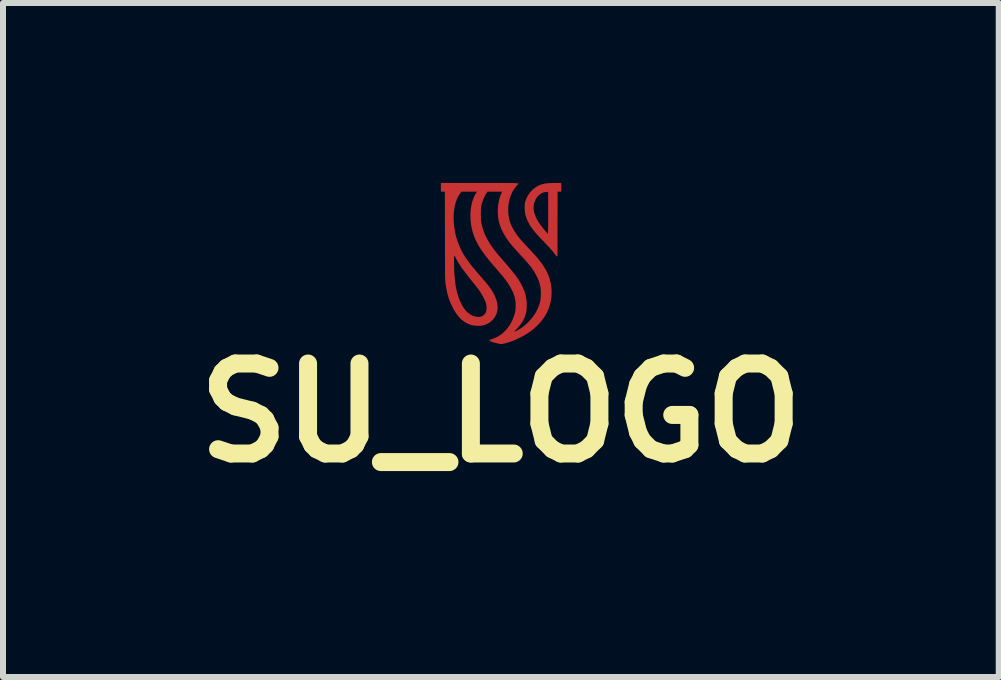
<source format=kicad_pcb>
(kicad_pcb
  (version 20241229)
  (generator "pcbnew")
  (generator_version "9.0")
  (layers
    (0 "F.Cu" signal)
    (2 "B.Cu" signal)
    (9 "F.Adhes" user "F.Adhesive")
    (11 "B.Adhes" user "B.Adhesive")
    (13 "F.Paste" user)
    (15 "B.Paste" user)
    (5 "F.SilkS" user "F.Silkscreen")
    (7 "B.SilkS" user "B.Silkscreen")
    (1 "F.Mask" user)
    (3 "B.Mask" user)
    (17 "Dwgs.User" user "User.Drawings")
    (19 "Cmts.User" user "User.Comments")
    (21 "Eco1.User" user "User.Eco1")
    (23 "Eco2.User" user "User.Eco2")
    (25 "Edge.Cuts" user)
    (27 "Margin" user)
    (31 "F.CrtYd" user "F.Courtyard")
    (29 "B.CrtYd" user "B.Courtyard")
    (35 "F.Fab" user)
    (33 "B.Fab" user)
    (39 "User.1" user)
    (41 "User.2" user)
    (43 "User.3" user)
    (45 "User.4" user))
  (footprint "SU_LOGO"
    (layer "F.Cu")
    (at 5.3 1.332)
    (property "Reference" "SU_LOGO" (at 0 2.5 0) (layer "F.SilkS") (effects (font (size 1.5 1.5) (thickness 0.3))))
    (attr board_only exclude_from_pos_files exclude_from_bom)
    (fp_poly (pts (xy 1.008 -1.259) (xy 1.008 -1.187) (xy 0.977 -1.187) (xy 0.946 -1.187) (xy 0.945 -0.648) (xy 0.944 -0.11) (xy 0.935 -0.109) (xy 0.93 -0.11) (xy 0.923 -0.115) (xy 0.915 -0.125) (xy 0.904 -0.14) (xy 0.886 -0.164) (xy 0.866 -0.189) (xy 0.843 -0.216) (xy 0.817 -0.246) (xy 0.787 -0.279) (xy 0.751 -0.316) (xy 0.725 -0.344) (xy 0.678 -0.392) (xy 0.637 -0.436) (xy 0.6 -0.476) (xy 0.569 -0.512) (xy 0.542 -0.546) (xy 0.518 -0.577) (xy 0.497 -0.607) (xy 0.479 -0.636) (xy 0.463 -0.665) (xy 0.448 -0.694) (xy 0.447 -0.696) (xy 0.427 -0.744) (xy 0.412 -0.79) (xy 0.402 -0.836) (xy 0.398 -0.885) (xy 0.397 -0.925) (xy 0.397 -0.931) (xy 0.545 -0.931) (xy 0.547 -0.884) (xy 0.557 -0.834) (xy 0.574 -0.783) (xy 0.598 -0.731) (xy 0.629 -0.678) (xy 0.662 -0.631) (xy 0.674 -0.615) (xy 0.688 -0.597) (xy 0.704 -0.577) (xy 0.721 -0.557) (xy 0.737 -0.537) (xy 0.752 -0.518) (xy 0.766 -0.503) (xy 0.776 -0.491) (xy 0.783 -0.483) (xy 0.785 -0.481) (xy 0.786 -0.486) (xy 0.786 -0.497) (xy 0.787 -0.516) (xy 0.787 -0.541) (xy 0.787 -0.573) (xy 0.788 -0.609) (xy 0.788 -0.65) (xy 0.788 -0.695) (xy 0.788 -0.744) (xy 0.788 -0.796) (xy 0.788 -0.832) (xy 0.788 -1.183) (xy 0.771 -1.183) (xy 0.731 -1.179) (xy 0.695 -1.168) (xy 0.662 -1.15) (xy 0.63 -1.124) (xy 0.623 -1.117) (xy 0.594 -1.082) (xy 0.571 -1.041) (xy 0.554 -0.996) (xy 0.55 -0.975) (xy 0.545 -0.931) (xy 0.397 -0.931) (xy 0.397 -0.951) (xy 0.398 -0.971) (xy 0.399 -0.987) (xy 0.401 -1) (xy 0.405 -1.014) (xy 0.408 -1.026) (xy 0.428 -1.078) (xy 0.454 -1.127) (xy 0.485 -1.172) (xy 0.522 -1.213) (xy 0.563 -1.248) (xy 0.606 -1.277) (xy 0.642 -1.295) (xy 0.669 -1.305) (xy 0.697 -1.313) (xy 0.727 -1.32) (xy 0.76 -1.325) (xy 0.797 -1.328) (xy 0.84 -1.331) (xy 0.889 -1.332) (xy 0.92 -1.332) (xy 1.008 -1.332)) (stroke (width 0) (type solid)) (fill yes) (layer "F.Cu"))
    (fp_poly (pts (xy 0.005 -1.332) (xy 0.056 -1.332) (xy 0.101 -1.332) (xy 0.141 -1.332) (xy 0.175 -1.331) (xy 0.203 -1.331) (xy 0.227 -1.33) (xy 0.247 -1.329) (xy 0.263 -1.327) (xy 0.275 -1.326) (xy 0.283 -1.324) (xy 0.289 -1.322) (xy 0.292 -1.32) (xy 0.293 -1.317) (xy 0.292 -1.314) (xy 0.289 -1.31) (xy 0.285 -1.306) (xy 0.28 -1.302) (xy 0.275 -1.297) (xy 0.27 -1.292) (xy 0.269 -1.291) (xy 0.229 -1.242) (xy 0.195 -1.189) (xy 0.168 -1.131) (xy 0.147 -1.069) (xy 0.132 -1.002) (xy 0.124 -0.937) (xy 0.122 -0.866) (xy 0.127 -0.797) (xy 0.139 -0.728) (xy 0.16 -0.661) (xy 0.189 -0.594) (xy 0.226 -0.528) (xy 0.271 -0.462) (xy 0.272 -0.461) (xy 0.285 -0.443) (xy 0.298 -0.426) (xy 0.312 -0.409) (xy 0.328 -0.391) (xy 0.346 -0.37) (xy 0.366 -0.347) (xy 0.39 -0.321) (xy 0.418 -0.291) (xy 0.451 -0.255) (xy 0.465 -0.241) (xy 0.504 -0.199) (xy 0.537 -0.162) (xy 0.567 -0.13) (xy 0.592 -0.102) (xy 0.614 -0.076) (xy 0.633 -0.053) (xy 0.651 -0.031) (xy 0.667 -0.01) (xy 0.683 0.011) (xy 0.698 0.034) (xy 0.708 0.049) (xy 0.752 0.12) (xy 0.787 0.192) (xy 0.813 0.266) (xy 0.832 0.341) (xy 0.843 0.418) (xy 0.846 0.489) (xy 0.843 0.569) (xy 0.831 0.647) (xy 0.811 0.722) (xy 0.784 0.795) (xy 0.749 0.865) (xy 0.706 0.931) (xy 0.656 0.994) (xy 0.599 1.054) (xy 0.534 1.111) (xy 0.488 1.146) (xy 0.425 1.188) (xy 0.358 1.227) (xy 0.288 1.262) (xy 0.217 1.294) (xy 0.146 1.32) (xy 0.078 1.34) (xy 0.077 1.34) (xy 0.051 1.347) (xy 0.032 1.351) (xy 0.016 1.353) (xy 0.003 1.354) (xy -0.011 1.352) (xy -0.028 1.349) (xy -0.041 1.346) (xy -0.069 1.34) (xy -0.097 1.332) (xy -0.124 1.325) (xy -0.148 1.317) (xy -0.167 1.311) (xy -0.173 1.309) (xy -0.183 1.303) (xy -0.186 1.297) (xy -0.186 1.292) (xy -0.185 1.287) (xy -0.182 1.282) (xy -0.175 1.279) (xy -0.163 1.275) (xy -0.145 1.269) (xy -0.144 1.269) (xy -0.089 1.249) (xy -0.037 1.222) (xy 0.012 1.188) (xy 0.058 1.147) (xy 0.101 1.101) (xy 0.139 1.05) (xy 0.173 0.994) (xy 0.201 0.934) (xy 0.224 0.871) (xy 0.239 0.813) (xy 0.243 0.787) (xy 0.246 0.755) (xy 0.247 0.72) (xy 0.246 0.684) (xy 0.244 0.65) (xy 0.241 0.62) (xy 0.239 0.613) (xy 0.225 0.555) (xy 0.204 0.496) (xy 0.176 0.437) (xy 0.141 0.376) (xy 0.099 0.312) (xy 0.049 0.247) (xy 0.047 0.244) (xy 0.033 0.227) (xy 0.014 0.204) (xy -0.008 0.178) (xy -0.032 0.15) (xy -0.057 0.121) (xy -0.081 0.092) (xy -0.089 0.083) (xy -0.144 0.02) (xy -0.193 -0.039) (xy -0.236 -0.093) (xy -0.275 -0.143) (xy -0.309 -0.191) (xy -0.34 -0.236) (xy -0.367 -0.279) (xy -0.391 -0.322) (xy -0.412 -0.364) (xy -0.431 -0.406) (xy -0.446 -0.444) (xy -0.47 -0.515) (xy -0.488 -0.588) (xy -0.5 -0.662) (xy -0.507 -0.737) (xy -0.508 -0.811) (xy -0.334 -0.811) (xy -0.334 -0.778) (xy -0.333 -0.751) (xy -0.333 -0.729) (xy -0.332 -0.711) (xy -0.33 -0.694) (xy -0.327 -0.678) (xy -0.325 -0.664) (xy -0.308 -0.592) (xy -0.285 -0.521) (xy -0.256 -0.451) (xy -0.219 -0.38) (xy -0.176 -0.309) (xy -0.125 -0.237) (xy -0.123 -0.233) (xy -0.101 -0.205) (xy -0.076 -0.173) (xy -0.046 -0.137) (xy -0.012 -0.097) (xy 0.028 -0.05) (xy 0.064 -0.009) (xy 0.11 0.044) (xy 0.15 0.091) (xy 0.185 0.134) (xy 0.217 0.173) (xy 0.244 0.208) (xy 0.268 0.242) (xy 0.29 0.273) (xy 0.309 0.304) (xy 0.327 0.334) (xy 0.343 0.365) (xy 0.355 0.388) (xy 0.374 0.43) (xy 0.39 0.468) (xy 0.403 0.506) (xy 0.414 0.548) (xy 0.417 0.563) (xy 0.423 0.595) (xy 0.428 0.633) (xy 0.431 0.674) (xy 0.432 0.714) (xy 0.431 0.753) (xy 0.428 0.787) (xy 0.426 0.803) (xy 0.411 0.866) (xy 0.389 0.925) (xy 0.359 0.982) (xy 0.322 1.036) (xy 0.277 1.089) (xy 0.265 1.101) (xy 0.249 1.117) (xy 0.236 1.131) (xy 0.227 1.141) (xy 0.222 1.148) (xy 0.222 1.149) (xy 0.228 1.148) (xy 0.239 1.143) (xy 0.255 1.135) (xy 0.273 1.127) (xy 0.331 1.093) (xy 0.388 1.051) (xy 0.441 1.004) (xy 0.491 0.952) (xy 0.537 0.896) (xy 0.576 0.838) (xy 0.603 0.788) (xy 0.621 0.747) (xy 0.638 0.703) (xy 0.651 0.659) (xy 0.658 0.631) (xy 0.662 0.608) (xy 0.664 0.579) (xy 0.666 0.546) (xy 0.667 0.511) (xy 0.666 0.476) (xy 0.664 0.443) (xy 0.662 0.415) (xy 0.658 0.394) (xy 0.641 0.328) (xy 0.616 0.262) (xy 0.585 0.198) (xy 0.547 0.133) (xy 0.501 0.068) (xy 0.484 0.047) (xy 0.466 0.025) (xy 0.444 -0.001) (xy 0.419 -0.029) (xy 0.391 -0.061) (xy 0.357 -0.098) (xy 0.319 -0.139) (xy 0.281 -0.181) (xy 0.248 -0.218) (xy 0.219 -0.25) (xy 0.194 -0.278) (xy 0.173 -0.304) (xy 0.154 -0.327) (xy 0.139 -0.346) (xy 0.088 -0.418) (xy 0.045 -0.49) (xy 0.01 -0.561) (xy -0.017 -0.631) (xy -0.036 -0.7) (xy -0.037 -0.704) (xy -0.047 -0.771) (xy -0.052 -0.841) (xy -0.05 -0.911) (xy -0.043 -0.98) (xy -0.03 -1.047) (xy -0.012 -1.111) (xy 0.008 -1.159) (xy 0.02 -1.187) (xy -0.102 -1.187) (xy -0.224 -1.187) (xy -0.243 -1.157) (xy -0.272 -1.106) (xy -0.297 -1.048) (xy -0.317 -0.984) (xy -0.325 -0.952) (xy -0.328 -0.938) (xy -0.33 -0.924) (xy -0.332 -0.91) (xy -0.333 -0.894) (xy -0.333 -0.874) (xy -0.334 -0.849) (xy -0.334 -0.817) (xy -0.334 -0.811) (xy -0.508 -0.811) (xy -0.508 -0.812) (xy -0.503 -0.884) (xy -0.493 -0.954) (xy -0.478 -1.019) (xy -0.46 -1.069) (xy -0.446 -1.103) (xy -0.431 -1.134) (xy -0.416 -1.16) (xy -0.41 -1.169) (xy -0.398 -1.187) (xy -0.528 -1.187) (xy -0.658 -1.187) (xy -0.679 -1.158) (xy -0.709 -1.112) (xy -0.734 -1.059) (xy -0.755 -1) (xy -0.77 -0.937) (xy -0.781 -0.869) (xy -0.787 -0.798) (xy -0.787 -0.723) (xy -0.787 -0.718) (xy -0.781 -0.624) (xy -0.768 -0.535) (xy -0.75 -0.449) (xy -0.725 -0.366) (xy -0.693 -0.284) (xy -0.674 -0.242) (xy -0.655 -0.203) (xy -0.635 -0.165) (xy -0.613 -0.128) (xy -0.589 -0.09) (xy -0.563 -0.052) (xy -0.534 -0.012) (xy -0.502 0.031) (xy -0.465 0.076) (xy -0.424 0.126) (xy -0.377 0.18) (xy -0.352 0.208) (xy -0.316 0.25) (xy -0.285 0.286) (xy -0.258 0.317) (xy -0.235 0.345) (xy -0.215 0.37) (xy -0.198 0.392) (xy -0.183 0.413) (xy -0.168 0.433) (xy -0.161 0.444) (xy -0.125 0.502) (xy -0.097 0.56) (xy -0.075 0.616) (xy -0.061 0.67) (xy -0.055 0.723) (xy -0.055 0.773) (xy -0.064 0.82) (xy -0.079 0.865) (xy -0.102 0.907) (xy -0.133 0.946) (xy -0.141 0.954) (xy -0.177 0.987) (xy -0.215 1.012) (xy -0.255 1.03) (xy -0.3 1.043) (xy -0.304 1.044) (xy -0.331 1.048) (xy -0.363 1.05) (xy -0.397 1.049) (xy -0.432 1.047) (xy -0.465 1.043) (xy -0.492 1.037) (xy -0.495 1.036) (xy -0.546 1.017) (xy -0.593 0.993) (xy -0.637 0.962) (xy -0.679 0.924) (xy -0.718 0.88) (xy -0.755 0.828) (xy -0.791 0.769) (xy -0.818 0.716) (xy -0.846 0.654) (xy -0.869 0.59) (xy -0.889 0.523) (xy -0.905 0.451) (xy -0.918 0.374) (xy -0.924 0.334) (xy -0.925 0.327) (xy -0.926 0.318) (xy -0.926 0.309) (xy -0.927 0.297) (xy -0.928 0.284) (xy -0.928 0.268) (xy -0.929 0.249) (xy -0.929 0.227) (xy -0.93 0.202) (xy -0.93 0.172) (xy -0.93 0.139) (xy -0.931 0.1) (xy -0.931 0.056) (xy -0.931 0.007) (xy -0.931 -0.018) (xy -0.78 -0.018) (xy -0.779 0.077) (xy -0.776 0.165) (xy -0.77 0.246) (xy -0.762 0.321) (xy -0.752 0.391) (xy -0.739 0.457) (xy -0.723 0.518) (xy -0.704 0.577) (xy -0.685 0.628) (xy -0.657 0.688) (xy -0.627 0.74) (xy -0.594 0.786) (xy -0.558 0.824) (xy -0.52 0.854) (xy -0.48 0.877) (xy -0.438 0.892) (xy -0.394 0.9) (xy -0.378 0.9) (xy -0.358 0.9) (xy -0.344 0.899) (xy -0.332 0.896) (xy -0.32 0.892) (xy -0.313 0.889) (xy -0.286 0.871) (xy -0.264 0.848) (xy -0.249 0.819) (xy -0.248 0.818) (xy -0.242 0.794) (xy -0.239 0.766) (xy -0.239 0.734) (xy -0.242 0.703) (xy -0.248 0.674) (xy -0.259 0.642) (xy -0.275 0.606) (xy -0.296 0.566) (xy -0.32 0.524) (xy -0.346 0.482) (xy -0.375 0.44) (xy -0.389 0.421) (xy -0.397 0.412) (xy -0.409 0.397) (xy -0.424 0.377) (xy -0.442 0.355) (xy -0.462 0.33) (xy -0.483 0.303) (xy -0.49 0.295) (xy -0.533 0.24) (xy -0.571 0.191) (xy -0.605 0.147) (xy -0.634 0.108) (xy -0.66 0.072) (xy -0.682 0.039) (xy -0.702 0.008) (xy -0.719 -0.021) (xy -0.734 -0.048) (xy -0.745 -0.07) (xy -0.755 -0.089) (xy -0.763 -0.104) (xy -0.77 -0.115) (xy -0.774 -0.12) (xy -0.775 -0.12) (xy -0.777 -0.118) (xy -0.778 -0.112) (xy -0.779 -0.102) (xy -0.78 -0.085) (xy -0.78 -0.062) (xy -0.78 -0.032) (xy -0.78 -0.018) (xy -0.931 -0.018) (xy -0.931 -0.048) (xy -0.932 -0.109) (xy -0.932 -0.177) (xy -0.932 -0.252) (xy -0.932 -0.335) (xy -0.932 -0.425) (xy -0.932 -0.453) (xy -0.934 -1.187) (xy -0.967 -1.187) (xy -1 -1.187) (xy -1 -1.259) (xy -1 -1.332) (xy -0.357 -1.332) (xy -0.27 -1.332) (xy -0.19 -1.332) (xy -0.118 -1.332) (xy -0.053 -1.332)) (stroke (width 0) (type solid)) (fill yes) (layer "F.Cu"))
    (fp_poly (pts (xy 1.008 -1.259) (xy 1.008 -1.187) (xy 0.977 -1.187) (xy 0.946 -1.187) (xy 0.945 -0.648) (xy 0.944 -0.11) (xy 0.935 -0.109) (xy 0.93 -0.11) (xy 0.923 -0.115) (xy 0.915 -0.125) (xy 0.904 -0.14) (xy 0.886 -0.164) (xy 0.866 -0.189) (xy 0.843 -0.216) (xy 0.817 -0.246) (xy 0.787 -0.279) (xy 0.751 -0.316) (xy 0.725 -0.344) (xy 0.678 -0.392) (xy 0.637 -0.436) (xy 0.6 -0.476) (xy 0.569 -0.512) (xy 0.542 -0.546) (xy 0.518 -0.577) (xy 0.497 -0.607) (xy 0.479 -0.636) (xy 0.463 -0.665) (xy 0.448 -0.694) (xy 0.447 -0.696) (xy 0.427 -0.744) (xy 0.412 -0.79) (xy 0.402 -0.836) (xy 0.398 -0.885) (xy 0.397 -0.925) (xy 0.397 -0.931) (xy 0.545 -0.931) (xy 0.547 -0.884) (xy 0.557 -0.834) (xy 0.574 -0.783) (xy 0.598 -0.731) (xy 0.629 -0.678) (xy 0.662 -0.631) (xy 0.674 -0.615) (xy 0.688 -0.597) (xy 0.704 -0.577) (xy 0.721 -0.557) (xy 0.737 -0.537) (xy 0.752 -0.518) (xy 0.766 -0.503) (xy 0.776 -0.491) (xy 0.783 -0.483) (xy 0.785 -0.481) (xy 0.786 -0.486) (xy 0.786 -0.497) (xy 0.787 -0.516) (xy 0.787 -0.541) (xy 0.787 -0.573) (xy 0.788 -0.609) (xy 0.788 -0.65) (xy 0.788 -0.695) (xy 0.788 -0.744) (xy 0.788 -0.796) (xy 0.788 -0.832) (xy 0.788 -1.183) (xy 0.771 -1.183) (xy 0.731 -1.179) (xy 0.695 -1.168) (xy 0.662 -1.15) (xy 0.63 -1.124) (xy 0.623 -1.117) (xy 0.594 -1.082) (xy 0.571 -1.041) (xy 0.554 -0.996) (xy 0.55 -0.975) (xy 0.545 -0.931) (xy 0.397 -0.931) (xy 0.397 -0.951) (xy 0.398 -0.971) (xy 0.399 -0.987) (xy 0.401 -1) (xy 0.405 -1.014) (xy 0.408 -1.026) (xy 0.428 -1.078) (xy 0.454 -1.127) (xy 0.485 -1.172) (xy 0.522 -1.213) (xy 0.563 -1.248) (xy 0.606 -1.277) (xy 0.642 -1.295) (xy 0.669 -1.305) (xy 0.697 -1.313) (xy 0.727 -1.32) (xy 0.76 -1.325) (xy 0.797 -1.328) (xy 0.84 -1.331) (xy 0.889 -1.332) (xy 0.92 -1.332) (xy 1.008 -1.332)) (stroke (width 0) (type solid)) (fill yes) (layer "F.Mask"))
    (fp_poly (pts (xy 0.005 -1.332) (xy 0.056 -1.332) (xy 0.101 -1.332) (xy 0.141 -1.332) (xy 0.175 -1.331) (xy 0.203 -1.331) (xy 0.227 -1.33) (xy 0.247 -1.329) (xy 0.263 -1.327) (xy 0.275 -1.326) (xy 0.283 -1.324) (xy 0.289 -1.322) (xy 0.292 -1.32) (xy 0.293 -1.317) (xy 0.292 -1.314) (xy 0.289 -1.31) (xy 0.285 -1.306) (xy 0.28 -1.302) (xy 0.275 -1.297) (xy 0.27 -1.292) (xy 0.269 -1.291) (xy 0.229 -1.242) (xy 0.195 -1.189) (xy 0.168 -1.131) (xy 0.147 -1.069) (xy 0.132 -1.002) (xy 0.124 -0.937) (xy 0.122 -0.866) (xy 0.127 -0.797) (xy 0.139 -0.728) (xy 0.16 -0.661) (xy 0.189 -0.594) (xy 0.226 -0.528) (xy 0.271 -0.462) (xy 0.272 -0.461) (xy 0.285 -0.443) (xy 0.298 -0.426) (xy 0.312 -0.409) (xy 0.328 -0.391) (xy 0.346 -0.37) (xy 0.366 -0.347) (xy 0.39 -0.321) (xy 0.418 -0.291) (xy 0.451 -0.255) (xy 0.465 -0.241) (xy 0.504 -0.199) (xy 0.537 -0.162) (xy 0.567 -0.13) (xy 0.592 -0.102) (xy 0.614 -0.076) (xy 0.633 -0.053) (xy 0.651 -0.031) (xy 0.667 -0.01) (xy 0.683 0.011) (xy 0.698 0.034) (xy 0.708 0.049) (xy 0.752 0.12) (xy 0.787 0.192) (xy 0.813 0.266) (xy 0.832 0.341) (xy 0.843 0.418) (xy 0.846 0.489) (xy 0.843 0.569) (xy 0.831 0.647) (xy 0.811 0.722) (xy 0.784 0.795) (xy 0.749 0.865) (xy 0.706 0.931) (xy 0.656 0.994) (xy 0.599 1.054) (xy 0.534 1.111) (xy 0.488 1.146) (xy 0.425 1.188) (xy 0.358 1.227) (xy 0.288 1.262) (xy 0.217 1.294) (xy 0.146 1.32) (xy 0.078 1.34) (xy 0.077 1.34) (xy 0.051 1.347) (xy 0.032 1.351) (xy 0.016 1.353) (xy 0.003 1.354) (xy -0.011 1.352) (xy -0.028 1.349) (xy -0.041 1.346) (xy -0.069 1.34) (xy -0.097 1.332) (xy -0.124 1.325) (xy -0.148 1.317) (xy -0.167 1.311) (xy -0.173 1.309) (xy -0.183 1.303) (xy -0.186 1.297) (xy -0.186 1.292) (xy -0.185 1.287) (xy -0.182 1.282) (xy -0.175 1.279) (xy -0.163 1.275) (xy -0.145 1.269) (xy -0.144 1.269) (xy -0.089 1.249) (xy -0.037 1.222) (xy 0.012 1.188) (xy 0.058 1.147) (xy 0.101 1.101) (xy 0.139 1.05) (xy 0.173 0.994) (xy 0.201 0.934) (xy 0.224 0.871) (xy 0.239 0.813) (xy 0.243 0.787) (xy 0.246 0.755) (xy 0.247 0.72) (xy 0.246 0.684) (xy 0.244 0.65) (xy 0.241 0.62) (xy 0.239 0.613) (xy 0.225 0.555) (xy 0.204 0.496) (xy 0.176 0.437) (xy 0.141 0.376) (xy 0.099 0.312) (xy 0.049 0.247) (xy 0.047 0.244) (xy 0.033 0.227) (xy 0.014 0.204) (xy -0.008 0.178) (xy -0.032 0.15) (xy -0.057 0.121) (xy -0.081 0.092) (xy -0.089 0.083) (xy -0.144 0.02) (xy -0.193 -0.039) (xy -0.236 -0.093) (xy -0.275 -0.143) (xy -0.309 -0.191) (xy -0.34 -0.236) (xy -0.367 -0.279) (xy -0.391 -0.322) (xy -0.412 -0.364) (xy -0.431 -0.406) (xy -0.446 -0.444) (xy -0.47 -0.515) (xy -0.488 -0.588) (xy -0.5 -0.662) (xy -0.507 -0.737) (xy -0.508 -0.811) (xy -0.334 -0.811) (xy -0.334 -0.778) (xy -0.333 -0.751) (xy -0.333 -0.729) (xy -0.332 -0.711) (xy -0.33 -0.694) (xy -0.327 -0.678) (xy -0.325 -0.664) (xy -0.308 -0.592) (xy -0.285 -0.521) (xy -0.256 -0.451) (xy -0.219 -0.38) (xy -0.176 -0.309) (xy -0.125 -0.237) (xy -0.123 -0.233) (xy -0.101 -0.205) (xy -0.076 -0.173) (xy -0.046 -0.137) (xy -0.012 -0.097) (xy 0.028 -0.05) (xy 0.064 -0.009) (xy 0.11 0.044) (xy 0.15 0.091) (xy 0.185 0.134) (xy 0.217 0.173) (xy 0.244 0.208) (xy 0.268 0.242) (xy 0.29 0.273) (xy 0.309 0.304) (xy 0.327 0.334) (xy 0.343 0.365) (xy 0.355 0.388) (xy 0.374 0.43) (xy 0.39 0.468) (xy 0.403 0.506) (xy 0.414 0.548) (xy 0.417 0.563) (xy 0.423 0.595) (xy 0.428 0.633) (xy 0.431 0.674) (xy 0.432 0.714) (xy 0.431 0.753) (xy 0.428 0.787) (xy 0.426 0.803) (xy 0.411 0.866) (xy 0.389 0.925) (xy 0.359 0.982) (xy 0.322 1.036) (xy 0.277 1.089) (xy 0.265 1.101) (xy 0.249 1.117) (xy 0.236 1.131) (xy 0.227 1.141) (xy 0.222 1.148) (xy 0.222 1.149) (xy 0.228 1.148) (xy 0.239 1.143) (xy 0.255 1.135) (xy 0.273 1.127) (xy 0.331 1.093) (xy 0.388 1.051) (xy 0.441 1.004) (xy 0.491 0.952) (xy 0.537 0.896) (xy 0.576 0.838) (xy 0.603 0.788) (xy 0.621 0.747) (xy 0.638 0.703) (xy 0.651 0.659) (xy 0.658 0.631) (xy 0.662 0.608) (xy 0.664 0.579) (xy 0.666 0.546) (xy 0.667 0.511) (xy 0.666 0.476) (xy 0.664 0.443) (xy 0.662 0.415) (xy 0.658 0.394) (xy 0.641 0.328) (xy 0.616 0.262) (xy 0.585 0.198) (xy 0.547 0.133) (xy 0.501 0.068) (xy 0.484 0.047) (xy 0.466 0.025) (xy 0.444 -0.001) (xy 0.419 -0.029) (xy 0.391 -0.061) (xy 0.357 -0.098) (xy 0.319 -0.139) (xy 0.281 -0.181) (xy 0.248 -0.218) (xy 0.219 -0.25) (xy 0.194 -0.278) (xy 0.173 -0.304) (xy 0.154 -0.327) (xy 0.139 -0.346) (xy 0.088 -0.418) (xy 0.045 -0.49) (xy 0.01 -0.561) (xy -0.017 -0.631) (xy -0.036 -0.7) (xy -0.037 -0.704) (xy -0.047 -0.771) (xy -0.052 -0.841) (xy -0.05 -0.911) (xy -0.043 -0.98) (xy -0.03 -1.047) (xy -0.012 -1.111) (xy 0.008 -1.159) (xy 0.02 -1.187) (xy -0.102 -1.187) (xy -0.224 -1.187) (xy -0.243 -1.157) (xy -0.272 -1.106) (xy -0.297 -1.048) (xy -0.317 -0.984) (xy -0.325 -0.952) (xy -0.328 -0.938) (xy -0.33 -0.924) (xy -0.332 -0.91) (xy -0.333 -0.894) (xy -0.333 -0.874) (xy -0.334 -0.849) (xy -0.334 -0.817) (xy -0.334 -0.811) (xy -0.508 -0.811) (xy -0.508 -0.812) (xy -0.503 -0.884) (xy -0.493 -0.954) (xy -0.478 -1.019) (xy -0.46 -1.069) (xy -0.446 -1.103) (xy -0.431 -1.134) (xy -0.416 -1.16) (xy -0.41 -1.169) (xy -0.398 -1.187) (xy -0.528 -1.187) (xy -0.658 -1.187) (xy -0.679 -1.158) (xy -0.709 -1.112) (xy -0.734 -1.059) (xy -0.755 -1) (xy -0.77 -0.937) (xy -0.781 -0.869) (xy -0.787 -0.798) (xy -0.787 -0.723) (xy -0.787 -0.718) (xy -0.781 -0.624) (xy -0.768 -0.535) (xy -0.75 -0.449) (xy -0.725 -0.366) (xy -0.693 -0.284) (xy -0.674 -0.242) (xy -0.655 -0.203) (xy -0.635 -0.165) (xy -0.613 -0.128) (xy -0.589 -0.09) (xy -0.563 -0.052) (xy -0.534 -0.012) (xy -0.502 0.031) (xy -0.465 0.076) (xy -0.424 0.126) (xy -0.377 0.18) (xy -0.352 0.208) (xy -0.316 0.25) (xy -0.285 0.286) (xy -0.258 0.317) (xy -0.235 0.345) (xy -0.215 0.37) (xy -0.198 0.392) (xy -0.183 0.413) (xy -0.168 0.433) (xy -0.161 0.444) (xy -0.125 0.502) (xy -0.097 0.56) (xy -0.075 0.616) (xy -0.061 0.67) (xy -0.055 0.723) (xy -0.055 0.773) (xy -0.064 0.82) (xy -0.079 0.865) (xy -0.102 0.907) (xy -0.133 0.946) (xy -0.141 0.954) (xy -0.177 0.987) (xy -0.215 1.012) (xy -0.255 1.03) (xy -0.3 1.043) (xy -0.304 1.044) (xy -0.331 1.048) (xy -0.363 1.05) (xy -0.397 1.049) (xy -0.432 1.047) (xy -0.465 1.043) (xy -0.492 1.037) (xy -0.495 1.036) (xy -0.546 1.017) (xy -0.593 0.993) (xy -0.637 0.962) (xy -0.679 0.924) (xy -0.718 0.88) (xy -0.755 0.828) (xy -0.791 0.769) (xy -0.818 0.716) (xy -0.846 0.654) (xy -0.869 0.59) (xy -0.889 0.523) (xy -0.905 0.451) (xy -0.918 0.374) (xy -0.924 0.334) (xy -0.925 0.327) (xy -0.926 0.318) (xy -0.926 0.309) (xy -0.927 0.297) (xy -0.928 0.284) (xy -0.928 0.268) (xy -0.929 0.249) (xy -0.929 0.227) (xy -0.93 0.202) (xy -0.93 0.172) (xy -0.93 0.139) (xy -0.931 0.1) (xy -0.931 0.056) (xy -0.931 0.007) (xy -0.931 -0.018) (xy -0.78 -0.018) (xy -0.779 0.077) (xy -0.776 0.165) (xy -0.77 0.246) (xy -0.762 0.321) (xy -0.752 0.391) (xy -0.739 0.457) (xy -0.723 0.518) (xy -0.704 0.577) (xy -0.685 0.628) (xy -0.657 0.688) (xy -0.627 0.74) (xy -0.594 0.786) (xy -0.558 0.824) (xy -0.52 0.854) (xy -0.48 0.877) (xy -0.438 0.892) (xy -0.394 0.9) (xy -0.378 0.9) (xy -0.358 0.9) (xy -0.344 0.899) (xy -0.332 0.896) (xy -0.32 0.892) (xy -0.313 0.889) (xy -0.286 0.871) (xy -0.264 0.848) (xy -0.249 0.819) (xy -0.248 0.818) (xy -0.242 0.794) (xy -0.239 0.766) (xy -0.239 0.734) (xy -0.242 0.703) (xy -0.248 0.674) (xy -0.259 0.642) (xy -0.275 0.606) (xy -0.296 0.566) (xy -0.32 0.524) (xy -0.346 0.482) (xy -0.375 0.44) (xy -0.389 0.421) (xy -0.397 0.412) (xy -0.409 0.397) (xy -0.424 0.377) (xy -0.442 0.355) (xy -0.462 0.33) (xy -0.483 0.303) (xy -0.49 0.295) (xy -0.533 0.24) (xy -0.571 0.191) (xy -0.605 0.147) (xy -0.634 0.108) (xy -0.66 0.072) (xy -0.682 0.039) (xy -0.702 0.008) (xy -0.719 -0.021) (xy -0.734 -0.048) (xy -0.745 -0.07) (xy -0.755 -0.089) (xy -0.763 -0.104) (xy -0.77 -0.115) (xy -0.774 -0.12) (xy -0.775 -0.12) (xy -0.777 -0.118) (xy -0.778 -0.112) (xy -0.779 -0.102) (xy -0.78 -0.085) (xy -0.78 -0.062) (xy -0.78 -0.032) (xy -0.78 -0.018) (xy -0.931 -0.018) (xy -0.931 -0.048) (xy -0.932 -0.109) (xy -0.932 -0.177) (xy -0.932 -0.252) (xy -0.932 -0.335) (xy -0.932 -0.425) (xy -0.932 -0.453) (xy -0.934 -1.187) (xy -0.967 -1.187) (xy -1 -1.187) (xy -1 -1.259) (xy -1 -1.332) (xy -0.357 -1.332) (xy -0.27 -1.332) (xy -0.19 -1.332) (xy -0.118 -1.332) (xy -0.053 -1.332)) (stroke (width 0) (type solid)) (fill yes) (layer "F.Mask")))
  (gr_rect
    (start -3 -3)
    (end 13.6 8.236)
    (stroke (width 0.1) (type default))
    (fill no)
    (layer "Edge.Cuts")))
</source>
